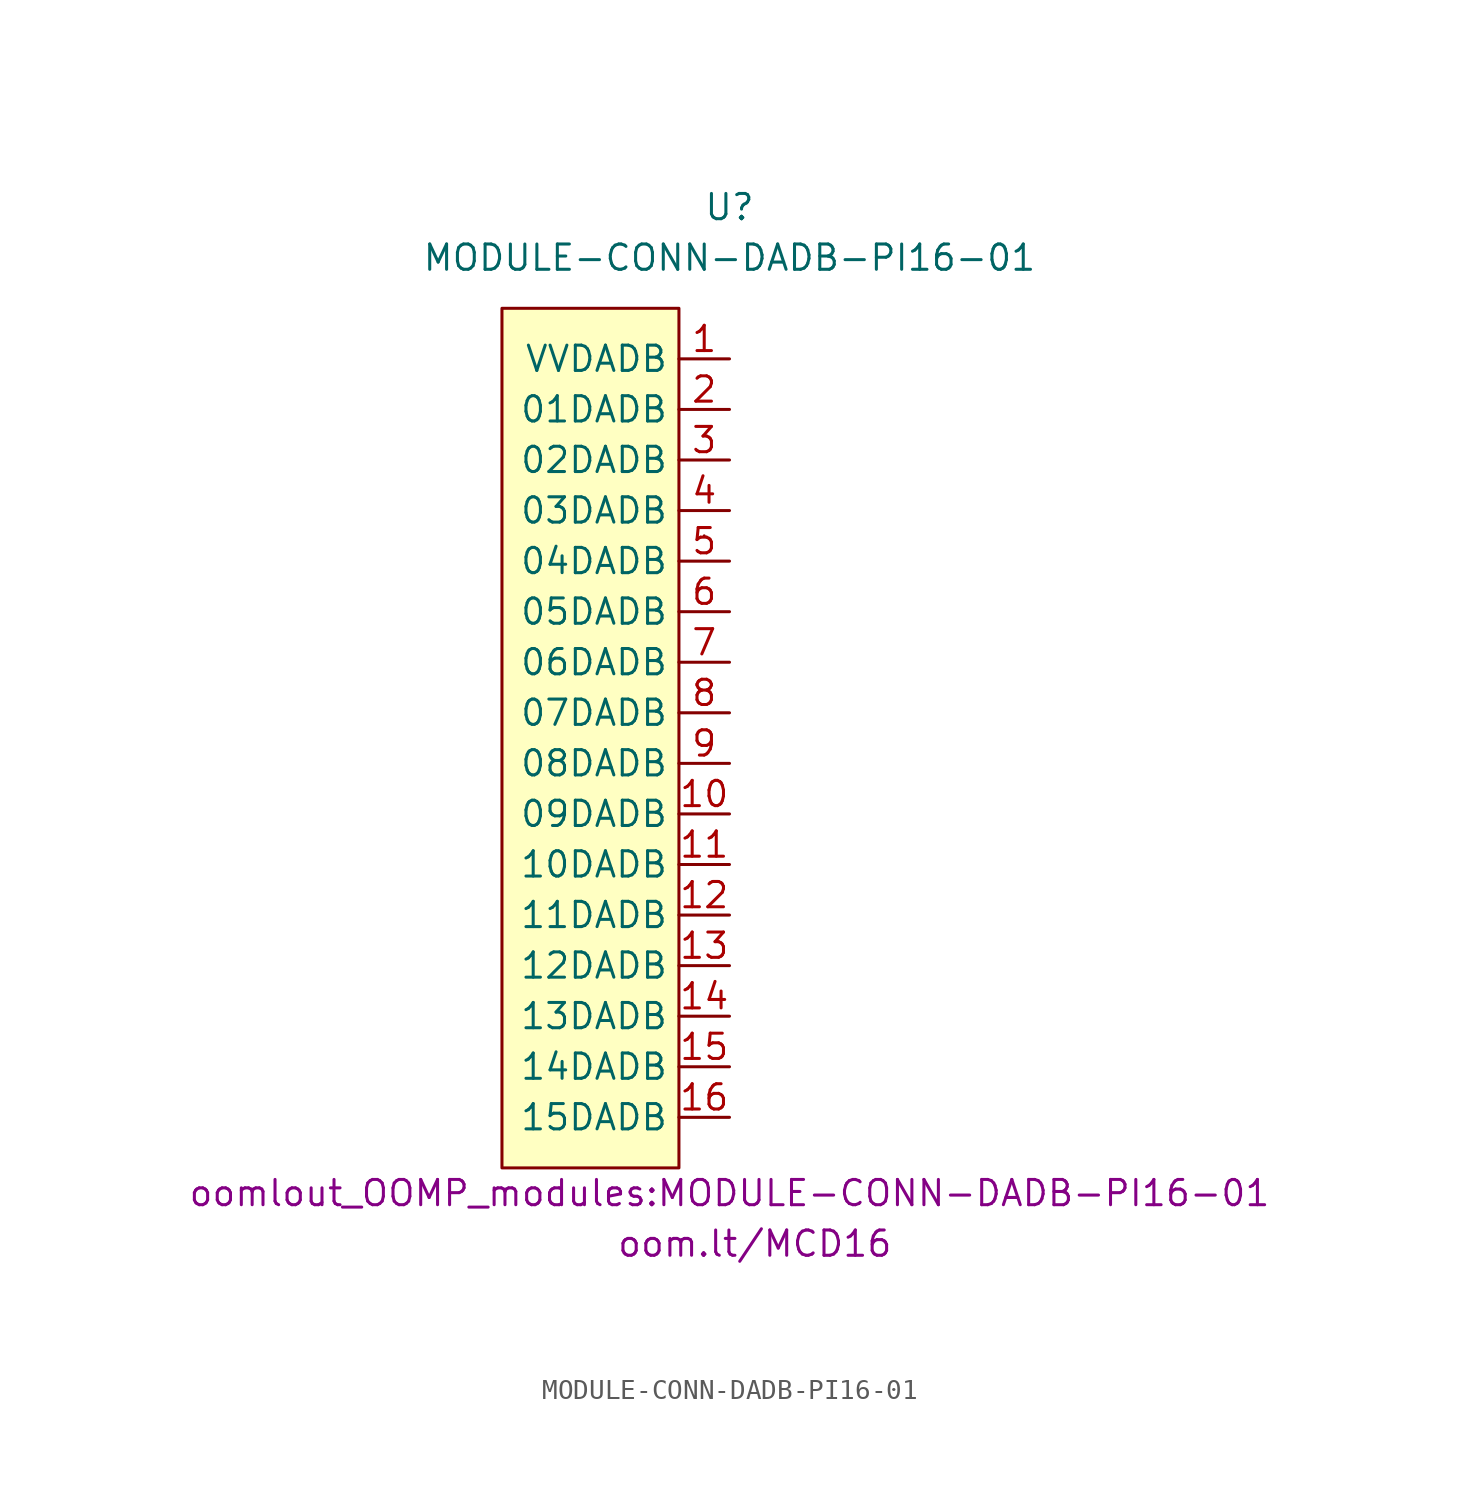
<source format=kicad_sym>
(kicad_symbol_lib
  (version 20211014)
  (generator kicad_symbol_editor)
  (symbol "MODULE-CONN-DADB-PI16-01"
    (property "Reference" "U"
      (at 0 7.62 0)
      (effects (font (size 1.27 1.27))))
    (property "Value" "MODULE-CONN-DADB-PI16-01"
      (at 0 5.08 0)
      (effects (font (size 1.27 1.27))))
    (property "Footprint" "oomlout_OOMP_modules:MODULE-CONN-DADB-PI16-01"
      (at 0 -41.91 0)
      (effects (font (size 1.27 1.27))))
    (property "Datasheet" "oom.lt/MCD16"
      (at 1.27 -44.45 0)
      (effects (font (size 1.27 1.27))))
    (symbol "MODULE-CONN-DADB-PI16-01_0_1"
      (rectangle (start -11.43 2.54) (end -2.54 -40.64) (stroke (width 0) (type default) (color 0 0 0 0)) (fill (type background)))
      (rectangle (start -1.27 -8.89) (end -1.27 -8.89) (stroke (width 0) (type default) (color 0 0 0 0)) (fill (type none))))
    (symbol "MODULE-CONN-DADB-PI16-01_1_1"
      (pin input line (at 0 0 180) (length 2.54) (name "VVDADB" (effects (font (size 1.27 1.27)))) (number "1" (effects (font (size 1.27 1.27)))))
      (pin input line (at 0 -22.86 180) (length 2.54) (name "09DADB" (effects (font (size 1.27 1.27)))) (number "10" (effects (font (size 1.27 1.27)))))
      (pin input line (at 0 -25.4 180) (length 2.54) (name "10DADB" (effects (font (size 1.27 1.27)))) (number "11" (effects (font (size 1.27 1.27)))))
      (pin input line (at 0 -27.94 180) (length 2.54) (name "11DADB" (effects (font (size 1.27 1.27)))) (number "12" (effects (font (size 1.27 1.27)))))
      (pin input line (at 0 -30.48 180) (length 2.54) (name "12DADB" (effects (font (size 1.27 1.27)))) (number "13" (effects (font (size 1.27 1.27)))))
      (pin input line (at 0 -33.02 180) (length 2.54) (name "13DADB" (effects (font (size 1.27 1.27)))) (number "14" (effects (font (size 1.27 1.27)))))
      (pin input line (at 0 -35.56 180) (length 2.54) (name "14DADB" (effects (font (size 1.27 1.27)))) (number "15" (effects (font (size 1.27 1.27)))))
      (pin input line (at 0 -38.1 180) (length 2.54) (name "15DADB" (effects (font (size 1.27 1.27)))) (number "16" (effects (font (size 1.27 1.27)))))
      (pin input line (at 0 -2.54 180) (length 2.54) (name "01DADB" (effects (font (size 1.27 1.27)))) (number "2" (effects (font (size 1.27 1.27)))))
      (pin input line (at 0 -5.08 180) (length 2.54) (name "02DADB" (effects (font (size 1.27 1.27)))) (number "3" (effects (font (size 1.27 1.27)))))
      (pin input line (at 0 -7.62 180) (length 2.54) (name "03DADB" (effects (font (size 1.27 1.27)))) (number "4" (effects (font (size 1.27 1.27)))))
      (pin input line (at 0 -10.16 180) (length 2.54) (name "04DADB" (effects (font (size 1.27 1.27)))) (number "5" (effects (font (size 1.27 1.27)))))
      (pin input line (at 0 -12.7 180) (length 2.54) (name "05DADB" (effects (font (size 1.27 1.27)))) (number "6" (effects (font (size 1.27 1.27)))))
      (pin input line (at 0 -15.24 180) (length 2.54) (name "06DADB" (effects (font (size 1.27 1.27)))) (number "7" (effects (font (size 1.27 1.27)))))
      (pin input line (at 0 -17.78 180) (length 2.54) (name "07DADB" (effects (font (size 1.27 1.27)))) (number "8" (effects (font (size 1.27 1.27)))))
      (pin input line (at 0 -20.32 180) (length 2.54) (name "08DADB" (effects (font (size 1.27 1.27)))) (number "9" (effects (font (size 1.27 1.27))))))))
</source>
